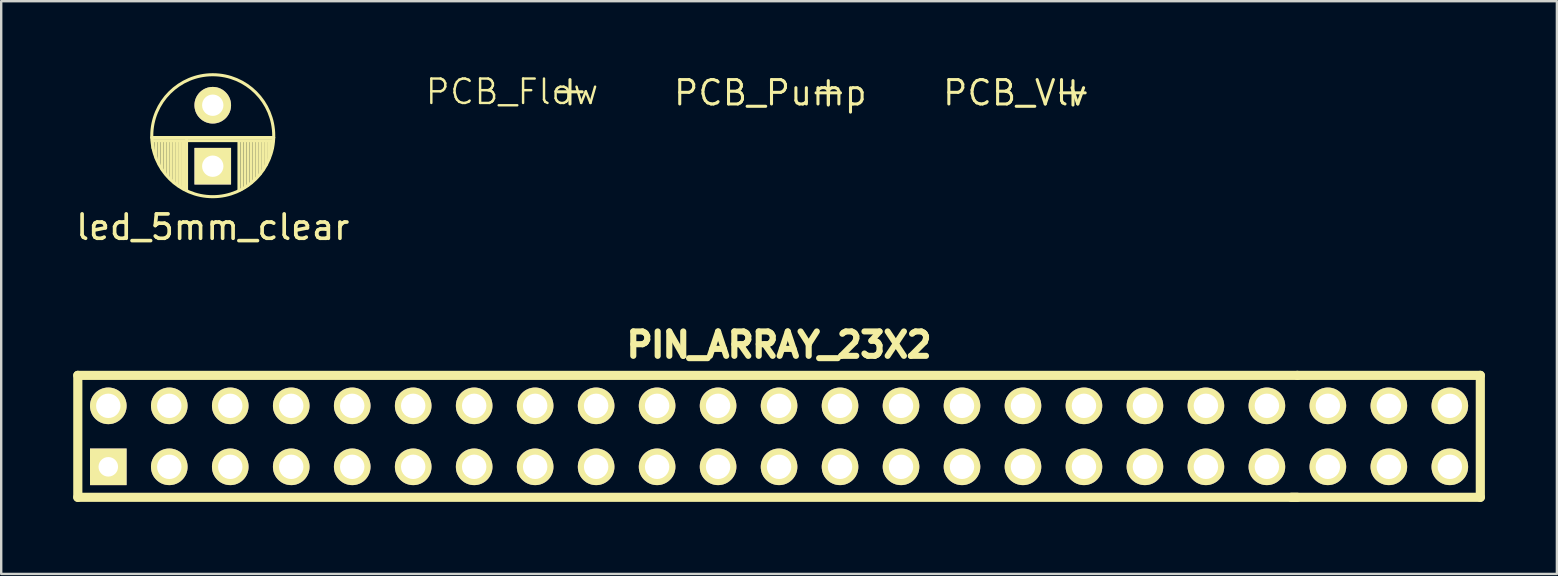
<source format=kicad_pcb>
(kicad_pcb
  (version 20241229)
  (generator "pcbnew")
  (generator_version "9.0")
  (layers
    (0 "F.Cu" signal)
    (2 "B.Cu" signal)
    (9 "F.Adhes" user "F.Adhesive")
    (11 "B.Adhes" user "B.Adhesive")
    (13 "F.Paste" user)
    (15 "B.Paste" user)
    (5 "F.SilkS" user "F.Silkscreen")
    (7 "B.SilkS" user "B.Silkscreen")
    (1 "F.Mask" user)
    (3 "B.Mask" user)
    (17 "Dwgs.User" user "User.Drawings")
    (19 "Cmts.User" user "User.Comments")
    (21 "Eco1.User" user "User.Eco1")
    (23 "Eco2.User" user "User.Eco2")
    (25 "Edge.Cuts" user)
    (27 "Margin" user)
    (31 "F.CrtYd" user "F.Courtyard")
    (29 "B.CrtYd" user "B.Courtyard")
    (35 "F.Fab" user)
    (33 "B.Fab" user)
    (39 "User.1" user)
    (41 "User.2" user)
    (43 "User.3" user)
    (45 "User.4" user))
  (footprint "led_5mm_clear"
    (layer "F.Cu")
    (at 5.812 2.603)
    (property "Reference" "led_5mm_clear" (at 0 3.81 0) (layer "F.SilkS") (effects (font (size 1.016 1.016) (thickness 0.152))))
    (attr through_hole)
    (fp_line (start -2.54 0.076) (end 2.54 0.076) (stroke (width 0.127) (type solid)) (layer "F.SilkS"))
    (fp_line (start -2.489 0.508) (end -2.489 0.254) (stroke (width 0.127) (type solid)) (layer "F.SilkS"))
    (fp_line (start -2.362 0.254) (end -2.362 0.914) (stroke (width 0.127) (type solid)) (layer "F.SilkS"))
    (fp_line (start -2.235 1.168) (end -2.235 0.254) (stroke (width 0.127) (type solid)) (layer "F.SilkS"))
    (fp_line (start -2.108 0.254) (end -2.108 1.397) (stroke (width 0.127) (type solid)) (layer "F.SilkS"))
    (fp_line (start -1.981 1.549) (end -1.981 0.254) (stroke (width 0.127) (type solid)) (layer "F.SilkS"))
    (fp_line (start -1.854 0.254) (end -1.854 1.702) (stroke (width 0.127) (type solid)) (layer "F.SilkS"))
    (fp_line (start -1.727 1.829) (end -1.727 0.254) (stroke (width 0.127) (type solid)) (layer "F.SilkS"))
    (fp_line (start -1.6 0.254) (end -1.6 1.956) (stroke (width 0.127) (type solid)) (layer "F.SilkS"))
    (fp_line (start -1.473 2.032) (end -1.473 0.254) (stroke (width 0.127) (type solid)) (layer "F.SilkS"))
    (fp_line (start -1.346 0.254) (end -1.346 2.108) (stroke (width 0.127) (type solid)) (layer "F.SilkS"))
    (fp_line (start -1.219 2.21) (end -1.219 0.254) (stroke (width 0.127) (type solid)) (layer "F.SilkS"))
    (fp_line (start -1.092 0.178) (end -1.092 2.261) (stroke (width 0.127) (type solid)) (layer "F.SilkS"))
    (fp_line (start 1.092 0.254) (end 1.092 2.286) (stroke (width 0.127) (type solid)) (layer "F.SilkS"))
    (fp_line (start 1.219 2.21) (end 1.219 0.254) (stroke (width 0.127) (type solid)) (layer "F.SilkS"))
    (fp_line (start 1.346 0.254) (end 1.346 2.134) (stroke (width 0.127) (type solid)) (layer "F.SilkS"))
    (fp_line (start 1.473 2.057) (end 1.473 0.254) (stroke (width 0.127) (type solid)) (layer "F.SilkS"))
    (fp_line (start 1.6 0.254) (end 1.6 1.956) (stroke (width 0.127) (type solid)) (layer "F.SilkS"))
    (fp_line (start 1.727 1.829) (end 1.727 0.254) (stroke (width 0.127) (type solid)) (layer "F.SilkS"))
    (fp_line (start 1.854 0.254) (end 1.854 1.702) (stroke (width 0.127) (type solid)) (layer "F.SilkS"))
    (fp_line (start 1.981 1.575) (end 1.981 0.254) (stroke (width 0.127) (type solid)) (layer "F.SilkS"))
    (fp_line (start 2.108 0.254) (end 2.108 1.397) (stroke (width 0.127) (type solid)) (layer "F.SilkS"))
    (fp_line (start 2.235 1.194) (end 2.235 0.254) (stroke (width 0.127) (type solid)) (layer "F.SilkS"))
    (fp_line (start 2.362 0.254) (end 2.362 0.914) (stroke (width 0.127) (type solid)) (layer "F.SilkS"))
    (fp_line (start 2.489 0.254) (end 2.489 0.508) (stroke (width 0.127) (type solid)) (layer "F.SilkS"))
    (fp_line (start 2.515 0.203) (end -2.515 0.203) (stroke (width 0.127) (type solid)) (layer "F.SilkS"))
    (fp_circle (center 0 0) (end -2.54 0) (stroke (width 0.127) (type solid)) (fill no) (layer "F.SilkS"))
    (pad "1" thru_hole circle (at 0 -1.27) (size 1.524 1.524) (drill 0.889) (layers "*.Cu" "*.Mask" "F.SilkS"))
    (pad "2" thru_hole rect (at 0 1.27) (size 1.524 1.524) (drill 0.889) (layers "*.Cu" "*.Mask" "F.SilkS")))
  (footprint "PCB_Pump"
    (layer "F.Cu")
    (at 31.451 0.817)
    (property "Reference" "PCB_Pump" (at -2.413 0 0) (layer "F.SilkS") (effects (font (size 1.016 1.016) (thickness 0.127))))
    (attr through_hole)
    (fp_line (start 0 0) (end -0.508 0) (stroke (width 0.127) (type solid)) (layer "F.SilkS"))
    (fp_line (start 0 0) (end 0 -0.508) (stroke (width 0.127) (type solid)) (layer "F.SilkS"))
    (fp_line (start 0 0) (end 0 0.508) (stroke (width 0.127) (type solid)) (layer "F.SilkS"))
    (fp_line (start 0 0) (end 0.508 0) (stroke (width 0.127) (type solid)) (layer "F.SilkS")))
  (footprint "PIN_ARRAY_23X2"
    (layer "F.Cu")
    (at 29.401 15.125)
    (property "Reference" "PIN_ARRAY_23X2" (at 0 -3.81 0) (layer "F.SilkS") (effects (font (size 1.016 1.016) (thickness 0.254))))
    (attr through_hole)
    (fp_line (start -29.21 -2.54) (end -29.21 2.54) (stroke (width 0.381) (type solid)) (layer "F.SilkS"))
    (fp_line (start 21.59 -2.54) (end -29.21 -2.54) (stroke (width 0.381) (type solid)) (layer "F.SilkS"))
    (fp_line (start 21.59 -2.54) (end 29.21 -2.54) (stroke (width 0.381) (type solid)) (layer "F.SilkS"))
    (fp_line (start 21.59 2.54) (end -29.21 2.54) (stroke (width 0.381) (type solid)) (layer "F.SilkS"))
    (fp_line (start 29.21 -2.54) (end 29.21 2.54) (stroke (width 0.381) (type solid)) (layer "F.SilkS"))
    (fp_line (start 29.21 2.54) (end 21.336 2.54) (stroke (width 0.381) (type solid)) (layer "F.SilkS"))
    (pad "1" thru_hole rect (at -27.94 1.27) (size 1.524 1.524) (drill 0.813) (layers "*.Cu" "*.Mask" "F.SilkS"))
    (pad "2" thru_hole circle (at -27.94 -1.27) (size 1.524 1.524) (drill 1.016) (layers "*.Cu" "*.Mask" "F.SilkS"))
    (pad "3" thru_hole circle (at -25.4 1.27) (size 1.524 1.524) (drill 1.016) (layers "*.Cu" "*.Mask" "F.SilkS"))
    (pad "4" thru_hole circle (at -25.4 -1.27) (size 1.524 1.524) (drill 1.016) (layers "*.Cu" "*.Mask" "F.SilkS"))
    (pad "5" thru_hole circle (at -22.86 1.27) (size 1.524 1.524) (drill 1.016) (layers "*.Cu" "*.Mask" "F.SilkS"))
    (pad "6" thru_hole circle (at -22.86 -1.27) (size 1.524 1.524) (drill 1.016) (layers "*.Cu" "*.Mask" "F.SilkS"))
    (pad "7" thru_hole circle (at -20.32 1.27) (size 1.524 1.524) (drill 1.016) (layers "*.Cu" "*.Mask" "F.SilkS"))
    (pad "8" thru_hole circle (at -20.32 -1.27) (size 1.524 1.524) (drill 1.016) (layers "*.Cu" "*.Mask" "F.SilkS"))
    (pad "9" thru_hole circle (at -17.78 1.27) (size 1.524 1.524) (drill 1.016) (layers "*.Cu" "*.Mask" "F.SilkS"))
    (pad "10" thru_hole circle (at -17.78 -1.27) (size 1.524 1.524) (drill 1.016) (layers "*.Cu" "*.Mask" "F.SilkS"))
    (pad "11" thru_hole circle (at -15.24 1.27) (size 1.524 1.524) (drill 1.016) (layers "*.Cu" "*.Mask" "F.SilkS"))
    (pad "12" thru_hole circle (at -15.24 -1.27) (size 1.524 1.524) (drill 1.016) (layers "*.Cu" "*.Mask" "F.SilkS"))
    (pad "13" thru_hole circle (at -12.7 1.27) (size 1.524 1.524) (drill 1.016) (layers "*.Cu" "*.Mask" "F.SilkS"))
    (pad "14" thru_hole circle (at -12.7 -1.27) (size 1.524 1.524) (drill 1.016) (layers "*.Cu" "*.Mask" "F.SilkS"))
    (pad "15" thru_hole circle (at -10.16 1.27) (size 1.524 1.524) (drill 1.016) (layers "*.Cu" "*.Mask" "F.SilkS"))
    (pad "16" thru_hole circle (at -10.16 -1.27) (size 1.524 1.524) (drill 1.016) (layers "*.Cu" "*.Mask" "F.SilkS"))
    (pad "17" thru_hole circle (at -7.62 1.27) (size 1.524 1.524) (drill 1.016) (layers "*.Cu" "*.Mask" "F.SilkS"))
    (pad "18" thru_hole circle (at -7.62 -1.27) (size 1.524 1.524) (drill 1.016) (layers "*.Cu" "*.Mask" "F.SilkS"))
    (pad "19" thru_hole circle (at -5.08 1.27) (size 1.524 1.524) (drill 1.016) (layers "*.Cu" "*.Mask" "F.SilkS"))
    (pad "20" thru_hole circle (at -5.08 -1.27) (size 1.524 1.524) (drill 1.016) (layers "*.Cu" "*.Mask" "F.SilkS"))
    (pad "21" thru_hole circle (at -2.54 1.27) (size 1.524 1.524) (drill 1.016) (layers "*.Cu" "*.Mask" "F.SilkS"))
    (pad "22" thru_hole circle (at -2.54 -1.27) (size 1.524 1.524) (drill 1.016) (layers "*.Cu" "*.Mask" "F.SilkS"))
    (pad "23" thru_hole circle (at 0 1.27) (size 1.524 1.524) (drill 1.016) (layers "*.Cu" "*.Mask" "F.SilkS"))
    (pad "24" thru_hole circle (at 0 -1.27) (size 1.524 1.524) (drill 1.016) (layers "*.Cu" "*.Mask" "F.SilkS"))
    (pad "25" thru_hole circle (at 2.54 1.27) (size 1.524 1.524) (drill 1.016) (layers "*.Cu" "*.Mask" "F.SilkS"))
    (pad "26" thru_hole circle (at 2.54 -1.27) (size 1.524 1.524) (drill 1.016) (layers "*.Cu" "*.Mask" "F.SilkS"))
    (pad "27" thru_hole circle (at 5.08 1.27) (size 1.524 1.524) (drill 1.016) (layers "*.Cu" "*.Mask" "F.SilkS"))
    (pad "28" thru_hole circle (at 5.08 -1.27) (size 1.524 1.524) (drill 1.016) (layers "*.Cu" "*.Mask" "F.SilkS"))
    (pad "29" thru_hole circle (at 7.62 1.27) (size 1.524 1.524) (drill 1.016) (layers "*.Cu" "*.Mask" "F.SilkS"))
    (pad "30" thru_hole circle (at 7.62 -1.27) (size 1.524 1.524) (drill 1.016) (layers "*.Cu" "*.Mask" "F.SilkS"))
    (pad "31" thru_hole circle (at 10.16 1.27) (size 1.524 1.524) (drill 1.016) (layers "*.Cu" "*.Mask" "F.SilkS"))
    (pad "32" thru_hole circle (at 10.16 -1.27) (size 1.524 1.524) (drill 1.016) (layers "*.Cu" "*.Mask" "F.SilkS"))
    (pad "33" thru_hole circle (at 12.7 1.27) (size 1.524 1.524) (drill 1.016) (layers "*.Cu" "*.Mask" "F.SilkS"))
    (pad "34" thru_hole circle (at 12.7 -1.27) (size 1.524 1.524) (drill 1.016) (layers "*.Cu" "*.Mask" "F.SilkS"))
    (pad "35" thru_hole circle (at 15.24 1.27) (size 1.524 1.524) (drill 1.016) (layers "*.Cu" "*.Mask" "F.SilkS"))
    (pad "36" thru_hole circle (at 15.24 -1.27) (size 1.524 1.524) (drill 1.016) (layers "*.Cu" "*.Mask" "F.SilkS"))
    (pad "37" thru_hole circle (at 17.78 1.27) (size 1.524 1.524) (drill 1.016) (layers "*.Cu" "*.Mask" "F.SilkS"))
    (pad "38" thru_hole circle (at 17.78 -1.27) (size 1.524 1.524) (drill 1.016) (layers "*.Cu" "*.Mask" "F.SilkS"))
    (pad "39" thru_hole circle (at 20.32 1.27) (size 1.524 1.524) (drill 1.016) (layers "*.Cu" "*.Mask" "F.SilkS"))
    (pad "40" thru_hole circle (at 20.32 -1.27) (size 1.524 1.524) (drill 1.016) (layers "*.Cu" "*.Mask" "F.SilkS"))
    (pad "41" thru_hole circle (at 22.86 1.27) (size 1.524 1.524) (drill 1.016) (layers "*.Cu" "*.Mask" "F.SilkS"))
    (pad "42" thru_hole circle (at 22.86 -1.27) (size 1.524 1.524) (drill 1.016) (layers "*.Cu" "*.Mask" "F.SilkS"))
    (pad "43" thru_hole circle (at 25.4 1.27) (size 1.524 1.524) (drill 1.016) (layers "*.Cu" "*.Mask" "F.SilkS"))
    (pad "44" thru_hole circle (at 25.4 -1.27) (size 1.524 1.524) (drill 1.016) (layers "*.Cu" "*.Mask" "F.SilkS"))
    (pad "45" thru_hole circle (at 27.94 1.27) (size 1.524 1.524) (drill 1.016) (layers "*.Cu" "*.Mask" "F.SilkS"))
    (pad "46" thru_hole circle (at 27.94 -1.27) (size 1.524 1.524) (drill 1.016) (layers "*.Cu" "*.Mask" "F.SilkS")))
  (footprint "PCB_Vlv"
    (layer "F.Cu")
    (at 41.644 0.817)
    (property "Reference" "PCB_Vlv" (at -2.413 0 0) (layer "F.SilkS") (effects (font (size 1.016 1.016) (thickness 0.127))))
    (attr through_hole)
    (fp_line (start 0 0) (end -0.508 0) (stroke (width 0.127) (type solid)) (layer "F.SilkS"))
    (fp_line (start 0 0) (end 0 -0.508) (stroke (width 0.127) (type solid)) (layer "F.SilkS"))
    (fp_line (start 0 0) (end 0 0.508) (stroke (width 0.127) (type solid)) (layer "F.SilkS"))
    (fp_line (start 0 0) (end 0.508 0) (stroke (width 0.127) (type solid)) (layer "F.SilkS")))
  (footprint "PCB_Flow"
    (layer "F.Cu")
    (at 20.692 0.773)
    (property "Reference" "PCB_Flow" (at -2.413 0 0) (layer "F.SilkS") (effects (font (size 1.016 1.016) (thickness 0.102))))
    (attr through_hole)
    (fp_line (start 0 0) (end -0.508 0) (stroke (width 0.127) (type solid)) (layer "F.SilkS"))
    (fp_line (start 0 0) (end 0 -0.508) (stroke (width 0.127) (type solid)) (layer "F.SilkS"))
    (fp_line (start 0 0) (end 0 0.508) (stroke (width 0.127) (type solid)) (layer "F.SilkS"))
    (fp_line (start 0 0) (end 0.508 0) (stroke (width 0.127) (type solid)) (layer "F.SilkS")))
  (gr_rect
    (start -3 -3)
    (end 61.801 20.856)
    (stroke (width 0.1) (type default))
    (fill no)
    (layer "Edge.Cuts")))
</source>
